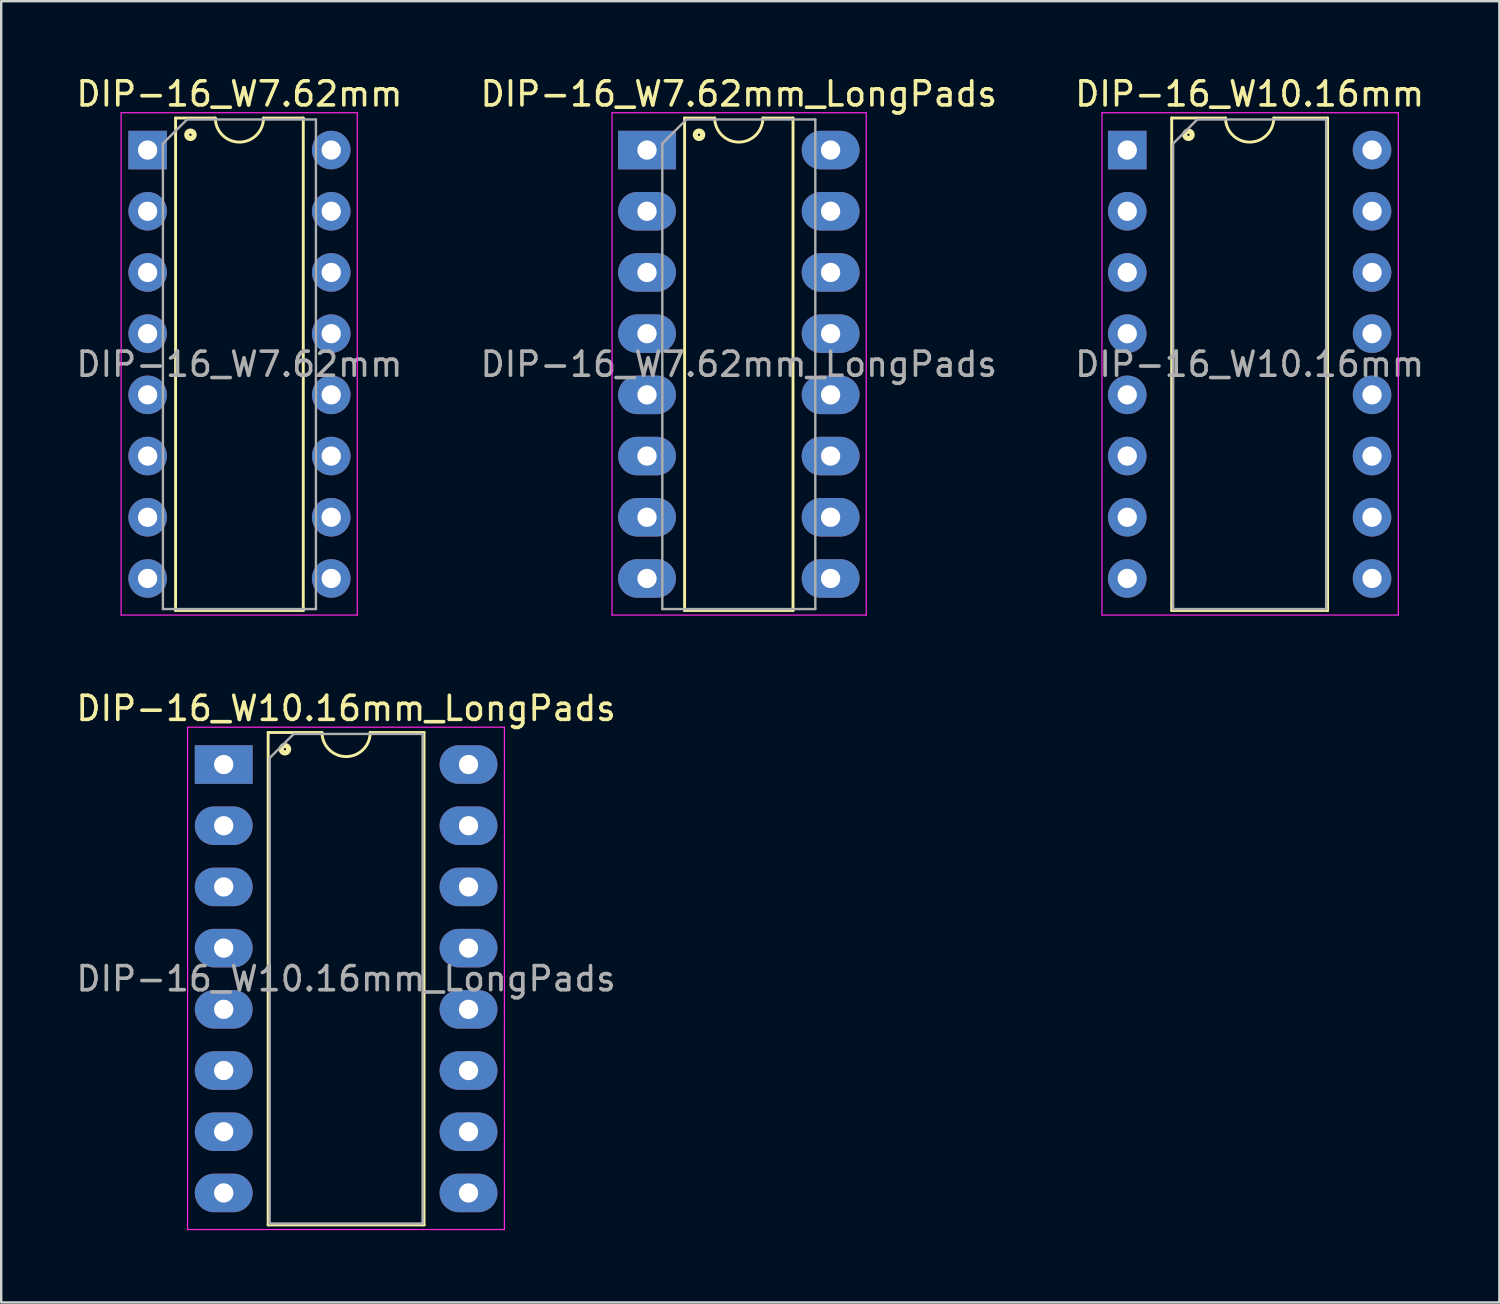
<source format=kicad_pcb>
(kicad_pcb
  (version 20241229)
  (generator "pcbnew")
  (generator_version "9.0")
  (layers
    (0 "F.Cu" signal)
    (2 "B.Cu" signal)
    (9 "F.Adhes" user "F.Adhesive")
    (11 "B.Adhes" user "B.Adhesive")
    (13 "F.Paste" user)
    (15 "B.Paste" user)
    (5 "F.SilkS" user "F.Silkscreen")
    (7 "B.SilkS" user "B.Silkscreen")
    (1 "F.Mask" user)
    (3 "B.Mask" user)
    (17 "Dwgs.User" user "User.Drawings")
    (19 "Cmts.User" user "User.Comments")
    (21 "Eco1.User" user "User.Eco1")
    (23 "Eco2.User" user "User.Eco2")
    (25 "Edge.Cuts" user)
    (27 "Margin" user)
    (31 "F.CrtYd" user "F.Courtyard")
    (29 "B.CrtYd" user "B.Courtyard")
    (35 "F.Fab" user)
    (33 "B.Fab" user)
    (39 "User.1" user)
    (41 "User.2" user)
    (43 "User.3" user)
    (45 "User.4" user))
  (footprint "DIP-16_W7.62mm"
    (layer "F.Cu")
    (at 3.077 3.178)
    (property "Reference" "DIP-16_W7.62mm" (at 3.81 -2.33 0) (layer "F.SilkS") (effects (font (size 1 1) (thickness 0.15))))
    (attr through_hole)
    (fp_line (start 1.16 -1.33) (end 1.16 19.11) (stroke (width 0.12) (type solid)) (layer "F.SilkS"))
    (fp_line (start 1.16 19.11) (end 6.46 19.11) (stroke (width 0.12) (type solid)) (layer "F.SilkS"))
    (fp_line (start 2.81 -1.33) (end 1.16 -1.33) (stroke (width 0.12) (type solid)) (layer "F.SilkS"))
    (fp_line (start 6.46 -1.33) (end 4.81 -1.33) (stroke (width 0.12) (type solid)) (layer "F.SilkS"))
    (fp_line (start 6.46 19.11) (end 6.46 -1.33) (stroke (width 0.12) (type solid)) (layer "F.SilkS"))
    (fp_arc (start 4.81 -1.33) (mid 3.81 -0.33) (end 2.81 -1.33) (stroke (width 0.12) (type solid)) (layer "F.SilkS"))
    (fp_circle (center 1.778 -0.635) (end 1.828 -0.635) (stroke (width 0.12) (type solid)) (fill no) (layer "F.SilkS"))
    (fp_circle (center 1.778 -0.635) (end 1.903 -0.635) (stroke (width 0.12) (type solid)) (fill no) (layer "F.SilkS"))
    (fp_circle (center 1.778 -0.635) (end 1.978 -0.635) (stroke (width 0.12) (type solid)) (fill no) (layer "F.SilkS"))
    (fp_line (start -1.1 -1.55) (end -1.1 19.3) (stroke (width 0.05) (type solid)) (layer "F.CrtYd"))
    (fp_line (start -1.1 19.3) (end 8.7 19.3) (stroke (width 0.05) (type solid)) (layer "F.CrtYd"))
    (fp_line (start 8.7 -1.55) (end -1.1 -1.55) (stroke (width 0.05) (type solid)) (layer "F.CrtYd"))
    (fp_line (start 8.7 19.3) (end 8.7 -1.55) (stroke (width 0.05) (type solid)) (layer "F.CrtYd"))
    (fp_line (start 0.635 -0.27) (end 1.635 -1.27) (stroke (width 0.1) (type solid)) (layer "F.Fab"))
    (fp_line (start 0.635 19.05) (end 0.635 -0.27) (stroke (width 0.1) (type solid)) (layer "F.Fab"))
    (fp_line (start 1.635 -1.27) (end 6.985 -1.27) (stroke (width 0.1) (type solid)) (layer "F.Fab"))
    (fp_line (start 6.985 -1.27) (end 6.985 19.05) (stroke (width 0.1) (type solid)) (layer "F.Fab"))
    (fp_line (start 6.985 19.05) (end 0.635 19.05) (stroke (width 0.1) (type solid)) (layer "F.Fab"))
    (fp_text user "${REFERENCE}" (at 3.81 8.89 0) (layer "F.Fab") (effects (font (size 1 1) (thickness 0.15))))
    (pad "1" thru_hole rect (at 0 0) (size 1.6 1.6) (drill 0.8) (layers "*.Cu" "*.Mask"))
    (pad "2" thru_hole oval (at 0 2.54) (size 1.6 1.6) (drill 0.8) (layers "*.Cu" "*.Mask"))
    (pad "3" thru_hole oval (at 0 5.08) (size 1.6 1.6) (drill 0.8) (layers "*.Cu" "*.Mask"))
    (pad "4" thru_hole oval (at 0 7.62) (size 1.6 1.6) (drill 0.8) (layers "*.Cu" "*.Mask"))
    (pad "5" thru_hole oval (at 0 10.16) (size 1.6 1.6) (drill 0.8) (layers "*.Cu" "*.Mask"))
    (pad "6" thru_hole oval (at 0 12.7) (size 1.6 1.6) (drill 0.8) (layers "*.Cu" "*.Mask"))
    (pad "7" thru_hole oval (at 0 15.24) (size 1.6 1.6) (drill 0.8) (layers "*.Cu" "*.Mask"))
    (pad "8" thru_hole oval (at 0 17.78) (size 1.6 1.6) (drill 0.8) (layers "*.Cu" "*.Mask"))
    (pad "9" thru_hole oval (at 7.62 17.78) (size 1.6 1.6) (drill 0.8) (layers "*.Cu" "*.Mask"))
    (pad "10" thru_hole oval (at 7.62 15.24) (size 1.6 1.6) (drill 0.8) (layers "*.Cu" "*.Mask"))
    (pad "11" thru_hole oval (at 7.62 12.7) (size 1.6 1.6) (drill 0.8) (layers "*.Cu" "*.Mask"))
    (pad "12" thru_hole oval (at 7.62 10.16) (size 1.6 1.6) (drill 0.8) (layers "*.Cu" "*.Mask"))
    (pad "13" thru_hole oval (at 7.62 7.62) (size 1.6 1.6) (drill 0.8) (layers "*.Cu" "*.Mask"))
    (pad "14" thru_hole oval (at 7.62 5.08) (size 1.6 1.6) (drill 0.8) (layers "*.Cu" "*.Mask"))
    (pad "15" thru_hole oval (at 7.62 2.54) (size 1.6 1.6) (drill 0.8) (layers "*.Cu" "*.Mask"))
    (pad "16" thru_hole oval (at 7.62 0) (size 1.6 1.6) (drill 0.8) (layers "*.Cu" "*.Mask")))
  (footprint "DIP-16_W7.62mm_LongPads"
    (layer "F.Cu")
    (at 23.803 3.178)
    (property "Reference" "DIP-16_W7.62mm_LongPads" (at 3.81 -2.33 0) (layer "F.SilkS") (effects (font (size 1 1) (thickness 0.15))))
    (attr through_hole)
    (fp_line (start 1.56 -1.33) (end 1.56 19.11) (stroke (width 0.12) (type solid)) (layer "F.SilkS"))
    (fp_line (start 1.56 19.11) (end 6.06 19.11) (stroke (width 0.12) (type solid)) (layer "F.SilkS"))
    (fp_line (start 2.81 -1.33) (end 1.56 -1.33) (stroke (width 0.12) (type solid)) (layer "F.SilkS"))
    (fp_line (start 6.06 -1.33) (end 4.81 -1.33) (stroke (width 0.12) (type solid)) (layer "F.SilkS"))
    (fp_line (start 6.06 19.11) (end 6.06 -1.33) (stroke (width 0.12) (type solid)) (layer "F.SilkS"))
    (fp_arc (start 4.81 -1.33) (mid 3.81 -0.33) (end 2.81 -1.33) (stroke (width 0.12) (type solid)) (layer "F.SilkS"))
    (fp_circle (center 2.159 -0.635) (end 2.209 -0.635) (stroke (width 0.12) (type solid)) (fill no) (layer "F.SilkS"))
    (fp_circle (center 2.159 -0.635) (end 2.284 -0.635) (stroke (width 0.12) (type solid)) (fill no) (layer "F.SilkS"))
    (fp_circle (center 2.159 -0.635) (end 2.359 -0.635) (stroke (width 0.12) (type solid)) (fill no) (layer "F.SilkS"))
    (fp_line (start -1.45 -1.55) (end -1.45 19.3) (stroke (width 0.05) (type solid)) (layer "F.CrtYd"))
    (fp_line (start -1.45 19.3) (end 9.1 19.3) (stroke (width 0.05) (type solid)) (layer "F.CrtYd"))
    (fp_line (start 9.1 -1.55) (end -1.45 -1.55) (stroke (width 0.05) (type solid)) (layer "F.CrtYd"))
    (fp_line (start 9.1 19.3) (end 9.1 -1.55) (stroke (width 0.05) (type solid)) (layer "F.CrtYd"))
    (fp_line (start 0.635 -0.27) (end 1.635 -1.27) (stroke (width 0.1) (type solid)) (layer "F.Fab"))
    (fp_line (start 0.635 19.05) (end 0.635 -0.27) (stroke (width 0.1) (type solid)) (layer "F.Fab"))
    (fp_line (start 1.635 -1.27) (end 6.985 -1.27) (stroke (width 0.1) (type solid)) (layer "F.Fab"))
    (fp_line (start 6.985 -1.27) (end 6.985 19.05) (stroke (width 0.1) (type solid)) (layer "F.Fab"))
    (fp_line (start 6.985 19.05) (end 0.635 19.05) (stroke (width 0.1) (type solid)) (layer "F.Fab"))
    (fp_text user "${REFERENCE}" (at 3.81 8.89 0) (layer "F.Fab") (effects (font (size 1 1) (thickness 0.15))))
    (pad "1" thru_hole rect (at 0 0) (size 2.4 1.6) (drill 0.8) (layers "*.Cu" "*.Mask"))
    (pad "2" thru_hole oval (at 0 2.54) (size 2.4 1.6) (drill 0.8) (layers "*.Cu" "*.Mask"))
    (pad "3" thru_hole oval (at 0 5.08) (size 2.4 1.6) (drill 0.8) (layers "*.Cu" "*.Mask"))
    (pad "4" thru_hole oval (at 0 7.62) (size 2.4 1.6) (drill 0.8) (layers "*.Cu" "*.Mask"))
    (pad "5" thru_hole oval (at 0 10.16) (size 2.4 1.6) (drill 0.8) (layers "*.Cu" "*.Mask"))
    (pad "6" thru_hole oval (at 0 12.7) (size 2.4 1.6) (drill 0.8) (layers "*.Cu" "*.Mask"))
    (pad "7" thru_hole oval (at 0 15.24) (size 2.4 1.6) (drill 0.8) (layers "*.Cu" "*.Mask"))
    (pad "8" thru_hole oval (at 0 17.78) (size 2.4 1.6) (drill 0.8) (layers "*.Cu" "*.Mask"))
    (pad "9" thru_hole oval (at 7.62 17.78) (size 2.4 1.6) (drill 0.8) (layers "*.Cu" "*.Mask"))
    (pad "10" thru_hole oval (at 7.62 15.24) (size 2.4 1.6) (drill 0.8) (layers "*.Cu" "*.Mask"))
    (pad "11" thru_hole oval (at 7.62 12.7) (size 2.4 1.6) (drill 0.8) (layers "*.Cu" "*.Mask"))
    (pad "12" thru_hole oval (at 7.62 10.16) (size 2.4 1.6) (drill 0.8) (layers "*.Cu" "*.Mask"))
    (pad "13" thru_hole oval (at 7.62 7.62) (size 2.4 1.6) (drill 0.8) (layers "*.Cu" "*.Mask"))
    (pad "14" thru_hole oval (at 7.62 5.08) (size 2.4 1.6) (drill 0.8) (layers "*.Cu" "*.Mask"))
    (pad "15" thru_hole oval (at 7.62 2.54) (size 2.4 1.6) (drill 0.8) (layers "*.Cu" "*.Mask"))
    (pad "16" thru_hole oval (at 7.62 0) (size 2.4 1.6) (drill 0.8) (layers "*.Cu" "*.Mask")))
  (footprint "DIP-16_W10.16mm_LongPads"
    (layer "F.Cu")
    (at 6.235 28.681)
    (property "Reference" "DIP-16_W10.16mm_LongPads" (at 5.08 -2.33 0) (layer "F.SilkS") (effects (font (size 1 1) (thickness 0.15))))
    (attr through_hole)
    (fp_line (start 1.845 -1.33) (end 1.845 19.11) (stroke (width 0.12) (type solid)) (layer "F.SilkS"))
    (fp_line (start 1.845 19.11) (end 8.315 19.11) (stroke (width 0.12) (type solid)) (layer "F.SilkS"))
    (fp_line (start 4.08 -1.33) (end 1.845 -1.33) (stroke (width 0.12) (type solid)) (layer "F.SilkS"))
    (fp_line (start 8.315 -1.33) (end 6.08 -1.33) (stroke (width 0.12) (type solid)) (layer "F.SilkS"))
    (fp_line (start 8.315 19.11) (end 8.315 -1.33) (stroke (width 0.12) (type solid)) (layer "F.SilkS"))
    (fp_arc (start 6.08 -1.33) (mid 5.08 -0.33) (end 4.08 -1.33) (stroke (width 0.12) (type solid)) (layer "F.SilkS"))
    (fp_circle (center 2.54 -0.635) (end 2.59 -0.635) (stroke (width 0.12) (type solid)) (fill no) (layer "F.SilkS"))
    (fp_circle (center 2.54 -0.635) (end 2.665 -0.635) (stroke (width 0.12) (type solid)) (fill no) (layer "F.SilkS"))
    (fp_circle (center 2.54 -0.635) (end 2.74 -0.635) (stroke (width 0.12) (type solid)) (fill no) (layer "F.SilkS"))
    (fp_line (start -1.5 -1.55) (end -1.5 19.3) (stroke (width 0.05) (type solid)) (layer "F.CrtYd"))
    (fp_line (start -1.5 19.3) (end 11.65 19.3) (stroke (width 0.05) (type solid)) (layer "F.CrtYd"))
    (fp_line (start 11.65 -1.55) (end -1.5 -1.55) (stroke (width 0.05) (type solid)) (layer "F.CrtYd"))
    (fp_line (start 11.65 19.3) (end 11.65 -1.55) (stroke (width 0.05) (type solid)) (layer "F.CrtYd"))
    (fp_line (start 1.905 -0.27) (end 2.905 -1.27) (stroke (width 0.1) (type solid)) (layer "F.Fab"))
    (fp_line (start 1.905 19.05) (end 1.905 -0.27) (stroke (width 0.1) (type solid)) (layer "F.Fab"))
    (fp_line (start 2.905 -1.27) (end 8.255 -1.27) (stroke (width 0.1) (type solid)) (layer "F.Fab"))
    (fp_line (start 8.255 -1.27) (end 8.255 19.05) (stroke (width 0.1) (type solid)) (layer "F.Fab"))
    (fp_line (start 8.255 19.05) (end 1.905 19.05) (stroke (width 0.1) (type solid)) (layer "F.Fab"))
    (fp_text user "${REFERENCE}" (at 5.08 8.89 0) (layer "F.Fab") (effects (font (size 1 1) (thickness 0.15))))
    (pad "1" thru_hole rect (at 0 0) (size 2.4 1.6) (drill 0.8) (layers "*.Cu" "*.Mask"))
    (pad "2" thru_hole oval (at 0 2.54) (size 2.4 1.6) (drill 0.8) (layers "*.Cu" "*.Mask"))
    (pad "3" thru_hole oval (at 0 5.08) (size 2.4 1.6) (drill 0.8) (layers "*.Cu" "*.Mask"))
    (pad "4" thru_hole oval (at 0 7.62) (size 2.4 1.6) (drill 0.8) (layers "*.Cu" "*.Mask"))
    (pad "5" thru_hole oval (at 0 10.16) (size 2.4 1.6) (drill 0.8) (layers "*.Cu" "*.Mask"))
    (pad "6" thru_hole oval (at 0 12.7) (size 2.4 1.6) (drill 0.8) (layers "*.Cu" "*.Mask"))
    (pad "7" thru_hole oval (at 0 15.24) (size 2.4 1.6) (drill 0.8) (layers "*.Cu" "*.Mask"))
    (pad "8" thru_hole oval (at 0 17.78) (size 2.4 1.6) (drill 0.8) (layers "*.Cu" "*.Mask"))
    (pad "9" thru_hole oval (at 10.16 17.78) (size 2.4 1.6) (drill 0.8) (layers "*.Cu" "*.Mask"))
    (pad "10" thru_hole oval (at 10.16 15.24) (size 2.4 1.6) (drill 0.8) (layers "*.Cu" "*.Mask"))
    (pad "11" thru_hole oval (at 10.16 12.7) (size 2.4 1.6) (drill 0.8) (layers "*.Cu" "*.Mask"))
    (pad "12" thru_hole oval (at 10.16 10.16) (size 2.4 1.6) (drill 0.8) (layers "*.Cu" "*.Mask"))
    (pad "13" thru_hole oval (at 10.16 7.62) (size 2.4 1.6) (drill 0.8) (layers "*.Cu" "*.Mask"))
    (pad "14" thru_hole oval (at 10.16 5.08) (size 2.4 1.6) (drill 0.8) (layers "*.Cu" "*.Mask"))
    (pad "15" thru_hole oval (at 10.16 2.54) (size 2.4 1.6) (drill 0.8) (layers "*.Cu" "*.Mask"))
    (pad "16" thru_hole oval (at 10.16 0) (size 2.4 1.6) (drill 0.8) (layers "*.Cu" "*.Mask")))
  (footprint "DIP-16_W10.16mm"
    (layer "F.Cu")
    (at 43.735 3.178)
    (property "Reference" "DIP-16_W10.16mm" (at 5.08 -2.33 0) (layer "F.SilkS") (effects (font (size 1 1) (thickness 0.15))))
    (attr through_hole)
    (fp_line (start 1.845 -1.33) (end 1.845 19.11) (stroke (width 0.12) (type solid)) (layer "F.SilkS"))
    (fp_line (start 1.845 19.11) (end 8.315 19.11) (stroke (width 0.12) (type solid)) (layer "F.SilkS"))
    (fp_line (start 4.08 -1.33) (end 1.845 -1.33) (stroke (width 0.12) (type solid)) (layer "F.SilkS"))
    (fp_line (start 8.315 -1.33) (end 6.08 -1.33) (stroke (width 0.12) (type solid)) (layer "F.SilkS"))
    (fp_line (start 8.315 19.11) (end 8.315 -1.33) (stroke (width 0.12) (type solid)) (layer "F.SilkS"))
    (fp_arc (start 6.08 -1.33) (mid 5.08 -0.33) (end 4.08 -1.33) (stroke (width 0.12) (type solid)) (layer "F.SilkS"))
    (fp_circle (center 2.54 -0.635) (end 2.59 -0.635) (stroke (width 0.12) (type solid)) (fill no) (layer "F.SilkS"))
    (fp_circle (center 2.54 -0.635) (end 2.665 -0.635) (stroke (width 0.12) (type solid)) (fill no) (layer "F.SilkS"))
    (fp_circle (center 2.54 -0.635) (end 2.74 -0.635) (stroke (width 0.12) (type solid)) (fill no) (layer "F.SilkS"))
    (fp_line (start -1.05 -1.55) (end -1.05 19.3) (stroke (width 0.05) (type solid)) (layer "F.CrtYd"))
    (fp_line (start -1.05 19.3) (end 11.25 19.3) (stroke (width 0.05) (type solid)) (layer "F.CrtYd"))
    (fp_line (start 11.25 -1.55) (end -1.05 -1.55) (stroke (width 0.05) (type solid)) (layer "F.CrtYd"))
    (fp_line (start 11.25 19.3) (end 11.25 -1.55) (stroke (width 0.05) (type solid)) (layer "F.CrtYd"))
    (fp_line (start 1.905 -0.27) (end 2.905 -1.27) (stroke (width 0.1) (type solid)) (layer "F.Fab"))
    (fp_line (start 1.905 19.05) (end 1.905 -0.27) (stroke (width 0.1) (type solid)) (layer "F.Fab"))
    (fp_line (start 2.905 -1.27) (end 8.255 -1.27) (stroke (width 0.1) (type solid)) (layer "F.Fab"))
    (fp_line (start 8.255 -1.27) (end 8.255 19.05) (stroke (width 0.1) (type solid)) (layer "F.Fab"))
    (fp_line (start 8.255 19.05) (end 1.905 19.05) (stroke (width 0.1) (type solid)) (layer "F.Fab"))
    (fp_text user "${REFERENCE}" (at 5.08 8.89 0) (layer "F.Fab") (effects (font (size 1 1) (thickness 0.15))))
    (pad "1" thru_hole rect (at 0 0) (size 1.6 1.6) (drill 0.8) (layers "*.Cu" "*.Mask"))
    (pad "2" thru_hole oval (at 0 2.54) (size 1.6 1.6) (drill 0.8) (layers "*.Cu" "*.Mask"))
    (pad "3" thru_hole oval (at 0 5.08) (size 1.6 1.6) (drill 0.8) (layers "*.Cu" "*.Mask"))
    (pad "4" thru_hole oval (at 0 7.62) (size 1.6 1.6) (drill 0.8) (layers "*.Cu" "*.Mask"))
    (pad "5" thru_hole oval (at 0 10.16) (size 1.6 1.6) (drill 0.8) (layers "*.Cu" "*.Mask"))
    (pad "6" thru_hole oval (at 0 12.7) (size 1.6 1.6) (drill 0.8) (layers "*.Cu" "*.Mask"))
    (pad "7" thru_hole oval (at 0 15.24) (size 1.6 1.6) (drill 0.8) (layers "*.Cu" "*.Mask"))
    (pad "8" thru_hole oval (at 0 17.78) (size 1.6 1.6) (drill 0.8) (layers "*.Cu" "*.Mask"))
    (pad "9" thru_hole oval (at 10.16 17.78) (size 1.6 1.6) (drill 0.8) (layers "*.Cu" "*.Mask"))
    (pad "10" thru_hole oval (at 10.16 15.24) (size 1.6 1.6) (drill 0.8) (layers "*.Cu" "*.Mask"))
    (pad "11" thru_hole oval (at 10.16 12.7) (size 1.6 1.6) (drill 0.8) (layers "*.Cu" "*.Mask"))
    (pad "12" thru_hole oval (at 10.16 10.16) (size 1.6 1.6) (drill 0.8) (layers "*.Cu" "*.Mask"))
    (pad "13" thru_hole oval (at 10.16 7.62) (size 1.6 1.6) (drill 0.8) (layers "*.Cu" "*.Mask"))
    (pad "14" thru_hole oval (at 10.16 5.08) (size 1.6 1.6) (drill 0.8) (layers "*.Cu" "*.Mask"))
    (pad "15" thru_hole oval (at 10.16 2.54) (size 1.6 1.6) (drill 0.8) (layers "*.Cu" "*.Mask"))
    (pad "16" thru_hole oval (at 10.16 0) (size 1.6 1.6) (drill 0.8) (layers "*.Cu" "*.Mask")))
  (gr_rect
    (start -3 -3)
    (end 59.179 51.007)
    (stroke (width 0.1) (type default))
    (fill no)
    (layer "Edge.Cuts")))
</source>
